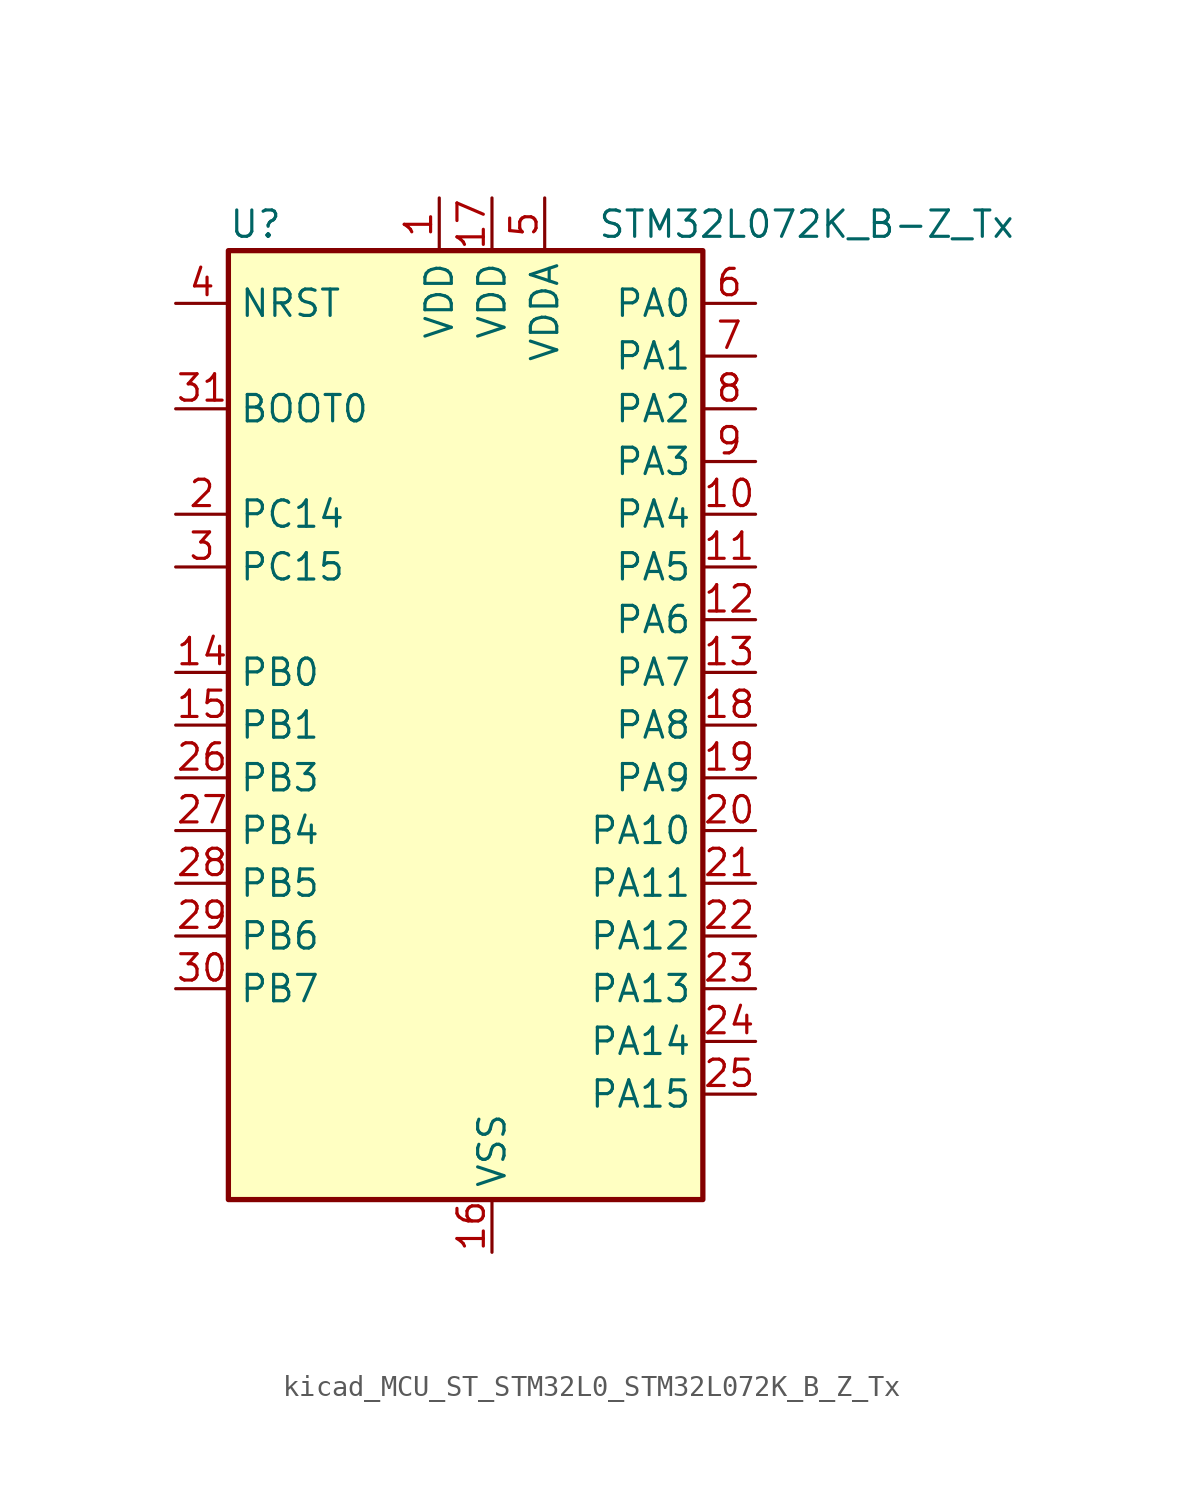
<source format=kicad_sym>
(kicad_symbol_lib
  (version 20220914)
  (generator kicad_symbol_editor)
  (symbol "kicad_MCU_ST_STM32L0_STM32L072K_B_Z_Tx"
    (property "Reference" "U"
      (at -10.16 24.13 0)
      (effects (font (size 1.27 1.27)) (justify left)))
    (property "Value" "STM32L072K_B-Z_Tx"
      (at 7.62 24.13 0)
      (effects (font (size 1.27 1.27)) (justify left)))
    (property "ki_locked" ""
      (at 0 0 0)
      (effects (font (size 1.27 1.27))))
    (symbol "kicad_MCU_ST_STM32L0_STM32L072K_B_Z_Tx_0_1"
      (rectangle (start -10.16 -22.86) (end 12.7 22.86) (stroke (width 0.254) (type default)) (fill (type background))))
    (symbol "kicad_MCU_ST_STM32L0_STM32L072K_B_Z_Tx_1_1"
      (pin power_in line (at 0 25.4 270) (length 2.54) (name "VDD" (effects (font (size 1.27 1.27)))) (number "1" (effects (font (size 1.27 1.27)))))
      (pin bidirectional line (at 15.24 10.16 180) (length 2.54) (name "PA4" (effects (font (size 1.27 1.27)))) (number "10" (effects (font (size 1.27 1.27)))) (alternate "ADC_IN4" bidirectional line) (alternate "COMP1_INM" bidirectional line) (alternate "COMP2_INM" bidirectional line) (alternate "DAC_OUT1" bidirectional line) (alternate "SPI1_NSS" bidirectional line) (alternate "TIM22_ETR" bidirectional line) (alternate "TSC_G2_IO1" bidirectional line) (alternate "USART2_CK" bidirectional line))
      (pin bidirectional line (at 15.24 7.62 180) (length 2.54) (name "PA5" (effects (font (size 1.27 1.27)))) (number "11" (effects (font (size 1.27 1.27)))) (alternate "ADC_IN5" bidirectional line) (alternate "COMP1_INM" bidirectional line) (alternate "COMP2_INM" bidirectional line) (alternate "DAC_OUT2" bidirectional line) (alternate "SPI1_SCK" bidirectional line) (alternate "TIM2_CH1" bidirectional line) (alternate "TIM2_ETR" bidirectional line) (alternate "TSC_G2_IO2" bidirectional line))
      (pin bidirectional line (at 15.24 5.08 180) (length 2.54) (name "PA6" (effects (font (size 1.27 1.27)))) (number "12" (effects (font (size 1.27 1.27)))) (alternate "ADC_IN6" bidirectional line) (alternate "COMP1_OUT" bidirectional line) (alternate "LPUART1_CTS" bidirectional line) (alternate "SPI1_MISO" bidirectional line) (alternate "TIM22_CH1" bidirectional line) (alternate "TIM3_CH1" bidirectional line) (alternate "TSC_G2_IO3" bidirectional line))
      (pin bidirectional line (at 15.24 2.54 180) (length 2.54) (name "PA7" (effects (font (size 1.27 1.27)))) (number "13" (effects (font (size 1.27 1.27)))) (alternate "ADC_IN7" bidirectional line) (alternate "COMP2_OUT" bidirectional line) (alternate "SPI1_MOSI" bidirectional line) (alternate "TIM22_CH2" bidirectional line) (alternate "TIM3_CH2" bidirectional line) (alternate "TSC_G2_IO4" bidirectional line))
      (pin bidirectional line (at -12.7 2.54 0) (length 2.54) (name "PB0" (effects (font (size 1.27 1.27)))) (number "14" (effects (font (size 1.27 1.27)))) (alternate "ADC_IN8" bidirectional line) (alternate "SYS_VREF_OUT_PB0" bidirectional line) (alternate "TIM3_CH3" bidirectional line) (alternate "TSC_G3_IO2" bidirectional line))
      (pin bidirectional line (at -12.7 0 0) (length 2.54) (name "PB1" (effects (font (size 1.27 1.27)))) (number "15" (effects (font (size 1.27 1.27)))) (alternate "ADC_IN9" bidirectional line) (alternate "LPUART1_DE" bidirectional line) (alternate "LPUART1_RTS" bidirectional line) (alternate "SYS_VREF_OUT_PB1" bidirectional line) (alternate "TIM3_CH4" bidirectional line) (alternate "TSC_G3_IO3" bidirectional line))
      (pin power_in line (at 2.54 -25.4 90) (length 2.54) (name "VSS" (effects (font (size 1.27 1.27)))) (number "16" (effects (font (size 1.27 1.27)))))
      (pin power_in line (at 2.54 25.4 270) (length 2.54) (name "VDD" (effects (font (size 1.27 1.27)))) (number "17" (effects (font (size 1.27 1.27)))))
      (pin bidirectional line (at 15.24 0 180) (length 2.54) (name "PA8" (effects (font (size 1.27 1.27)))) (number "18" (effects (font (size 1.27 1.27)))) (alternate "CRS_SYNC" bidirectional line) (alternate "I2C3_SCL" bidirectional line) (alternate "RCC_MCO" bidirectional line) (alternate "USART1_CK" bidirectional line))
      (pin bidirectional line (at 15.24 -2.54 180) (length 2.54) (name "PA9" (effects (font (size 1.27 1.27)))) (number "19" (effects (font (size 1.27 1.27)))) (alternate "DAC_EXTI9" bidirectional line) (alternate "I2C1_SCL" bidirectional line) (alternate "I2C3_SMBA" bidirectional line) (alternate "RCC_MCO" bidirectional line) (alternate "TSC_G4_IO1" bidirectional line) (alternate "USART1_TX" bidirectional line))
      (pin bidirectional line (at -12.7 10.16 0) (length 2.54) (name "PC14" (effects (font (size 1.27 1.27)))) (number "2" (effects (font (size 1.27 1.27)))) (alternate "RCC_OSC32_IN" bidirectional line))
      (pin bidirectional line (at 15.24 -5.08 180) (length 2.54) (name "PA10" (effects (font (size 1.27 1.27)))) (number "20" (effects (font (size 1.27 1.27)))) (alternate "I2C1_SDA" bidirectional line) (alternate "TSC_G4_IO2" bidirectional line) (alternate "USART1_RX" bidirectional line))
      (pin bidirectional line (at 15.24 -7.62 180) (length 2.54) (name "PA11" (effects (font (size 1.27 1.27)))) (number "21" (effects (font (size 1.27 1.27)))) (alternate "ADC_EXTI11" bidirectional line) (alternate "COMP1_OUT" bidirectional line) (alternate "SPI1_MISO" bidirectional line) (alternate "TSC_G4_IO3" bidirectional line) (alternate "USART1_CTS" bidirectional line) (alternate "USB_DM" bidirectional line))
      (pin bidirectional line (at 15.24 -10.16 180) (length 2.54) (name "PA12" (effects (font (size 1.27 1.27)))) (number "22" (effects (font (size 1.27 1.27)))) (alternate "COMP2_OUT" bidirectional line) (alternate "SPI1_MOSI" bidirectional line) (alternate "TSC_G4_IO4" bidirectional line) (alternate "USART1_DE" bidirectional line) (alternate "USART1_RTS" bidirectional line) (alternate "USB_DP" bidirectional line))
      (pin bidirectional line (at 15.24 -12.7 180) (length 2.54) (name "PA13" (effects (font (size 1.27 1.27)))) (number "23" (effects (font (size 1.27 1.27)))) (alternate "LPUART1_RX" bidirectional line) (alternate "SYS_SWDIO" bidirectional line) (alternate "USB_NOE" bidirectional line))
      (pin bidirectional line (at 15.24 -15.24 180) (length 2.54) (name "PA14" (effects (font (size 1.27 1.27)))) (number "24" (effects (font (size 1.27 1.27)))) (alternate "LPUART1_TX" bidirectional line) (alternate "SYS_SWCLK" bidirectional line) (alternate "USART2_TX" bidirectional line))
      (pin bidirectional line (at 15.24 -17.78 180) (length 2.54) (name "PA15" (effects (font (size 1.27 1.27)))) (number "25" (effects (font (size 1.27 1.27)))) (alternate "SPI1_NSS" bidirectional line) (alternate "TIM2_CH1" bidirectional line) (alternate "TIM2_ETR" bidirectional line) (alternate "USART2_RX" bidirectional line) (alternate "USART4_DE" bidirectional line) (alternate "USART4_RTS" bidirectional line))
      (pin bidirectional line (at -12.7 -2.54 0) (length 2.54) (name "PB3" (effects (font (size 1.27 1.27)))) (number "26" (effects (font (size 1.27 1.27)))) (alternate "COMP2_INM" bidirectional line) (alternate "SPI1_SCK" bidirectional line) (alternate "TIM2_CH2" bidirectional line) (alternate "TSC_G5_IO1" bidirectional line) (alternate "USART1_DE" bidirectional line) (alternate "USART1_RTS" bidirectional line) (alternate "USART5_TX" bidirectional line))
      (pin bidirectional line (at -12.7 -5.08 0) (length 2.54) (name "PB4" (effects (font (size 1.27 1.27)))) (number "27" (effects (font (size 1.27 1.27)))) (alternate "COMP2_INP" bidirectional line) (alternate "I2C3_SDA" bidirectional line) (alternate "SPI1_MISO" bidirectional line) (alternate "TIM22_CH1" bidirectional line) (alternate "TIM3_CH1" bidirectional line) (alternate "TSC_G5_IO2" bidirectional line) (alternate "USART1_CTS" bidirectional line) (alternate "USART5_RX" bidirectional line))
      (pin bidirectional line (at -12.7 -7.62 0) (length 2.54) (name "PB5" (effects (font (size 1.27 1.27)))) (number "28" (effects (font (size 1.27 1.27)))) (alternate "COMP2_INP" bidirectional line) (alternate "I2C1_SMBA" bidirectional line) (alternate "LPTIM1_IN1" bidirectional line) (alternate "SPI1_MOSI" bidirectional line) (alternate "TIM22_CH2" bidirectional line) (alternate "TIM3_CH2" bidirectional line) (alternate "USART1_CK" bidirectional line) (alternate "USART5_CK" bidirectional line) (alternate "USART5_DE" bidirectional line) (alternate "USART5_RTS" bidirectional line))
      (pin bidirectional line (at -12.7 -10.16 0) (length 2.54) (name "PB6" (effects (font (size 1.27 1.27)))) (number "29" (effects (font (size 1.27 1.27)))) (alternate "COMP2_INP" bidirectional line) (alternate "I2C1_SCL" bidirectional line) (alternate "LPTIM1_ETR" bidirectional line) (alternate "TSC_G5_IO3" bidirectional line) (alternate "USART1_TX" bidirectional line))
      (pin bidirectional line (at -12.7 7.62 0) (length 2.54) (name "PC15" (effects (font (size 1.27 1.27)))) (number "3" (effects (font (size 1.27 1.27)))) (alternate "RCC_OSC32_OUT" bidirectional line))
      (pin bidirectional line (at -12.7 -12.7 0) (length 2.54) (name "PB7" (effects (font (size 1.27 1.27)))) (number "30" (effects (font (size 1.27 1.27)))) (alternate "COMP2_INP" bidirectional line) (alternate "I2C1_SDA" bidirectional line) (alternate "LPTIM1_IN2" bidirectional line) (alternate "SYS_PVD_IN" bidirectional line) (alternate "TSC_G5_IO4" bidirectional line) (alternate "USART1_RX" bidirectional line) (alternate "USART4_CTS" bidirectional line))
      (pin input line (at -12.7 15.24 0) (length 2.54) (name "BOOT0" (effects (font (size 1.27 1.27)))) (number "31" (effects (font (size 1.27 1.27)))))
      (pin passive line (at 2.54 -25.4 90) (length 2.54) hide (name "VSS" (effects (font (size 1.27 1.27)))) (number "32" (effects (font (size 1.27 1.27)))))
      (pin input line (at -12.7 20.32 0) (length 2.54) (name "NRST" (effects (font (size 1.27 1.27)))) (number "4" (effects (font (size 1.27 1.27)))))
      (pin power_in line (at 5.08 25.4 270) (length 2.54) (name "VDDA" (effects (font (size 1.27 1.27)))) (number "5" (effects (font (size 1.27 1.27)))))
      (pin bidirectional line (at 15.24 20.32 180) (length 2.54) (name "PA0" (effects (font (size 1.27 1.27)))) (number "6" (effects (font (size 1.27 1.27)))) (alternate "ADC_IN0" bidirectional line) (alternate "COMP1_INM" bidirectional line) (alternate "COMP1_OUT" bidirectional line) (alternate "RTC_TAMP2" bidirectional line) (alternate "SYS_WKUP1" bidirectional line) (alternate "TIM2_CH1" bidirectional line) (alternate "TIM2_ETR" bidirectional line) (alternate "TSC_G1_IO1" bidirectional line) (alternate "USART2_CTS" bidirectional line) (alternate "USART4_TX" bidirectional line))
      (pin bidirectional line (at 15.24 17.78 180) (length 2.54) (name "PA1" (effects (font (size 1.27 1.27)))) (number "7" (effects (font (size 1.27 1.27)))) (alternate "ADC_IN1" bidirectional line) (alternate "COMP1_INP" bidirectional line) (alternate "TIM21_ETR" bidirectional line) (alternate "TIM2_CH2" bidirectional line) (alternate "TSC_G1_IO2" bidirectional line) (alternate "USART2_DE" bidirectional line) (alternate "USART2_RTS" bidirectional line) (alternate "USART4_RX" bidirectional line))
      (pin bidirectional line (at 15.24 15.24 180) (length 2.54) (name "PA2" (effects (font (size 1.27 1.27)))) (number "8" (effects (font (size 1.27 1.27)))) (alternate "ADC_IN2" bidirectional line) (alternate "COMP2_INM" bidirectional line) (alternate "COMP2_OUT" bidirectional line) (alternate "LPUART1_TX" bidirectional line) (alternate "TIM21_CH1" bidirectional line) (alternate "TIM2_CH3" bidirectional line) (alternate "TSC_G1_IO3" bidirectional line) (alternate "USART2_TX" bidirectional line))
      (pin bidirectional line (at 15.24 12.7 180) (length 2.54) (name "PA3" (effects (font (size 1.27 1.27)))) (number "9" (effects (font (size 1.27 1.27)))) (alternate "ADC_IN3" bidirectional line) (alternate "COMP2_INP" bidirectional line) (alternate "LPUART1_RX" bidirectional line) (alternate "TIM21_CH2" bidirectional line) (alternate "TIM2_CH4" bidirectional line) (alternate "TSC_G1_IO4" bidirectional line) (alternate "USART2_RX" bidirectional line)))))
</source>
